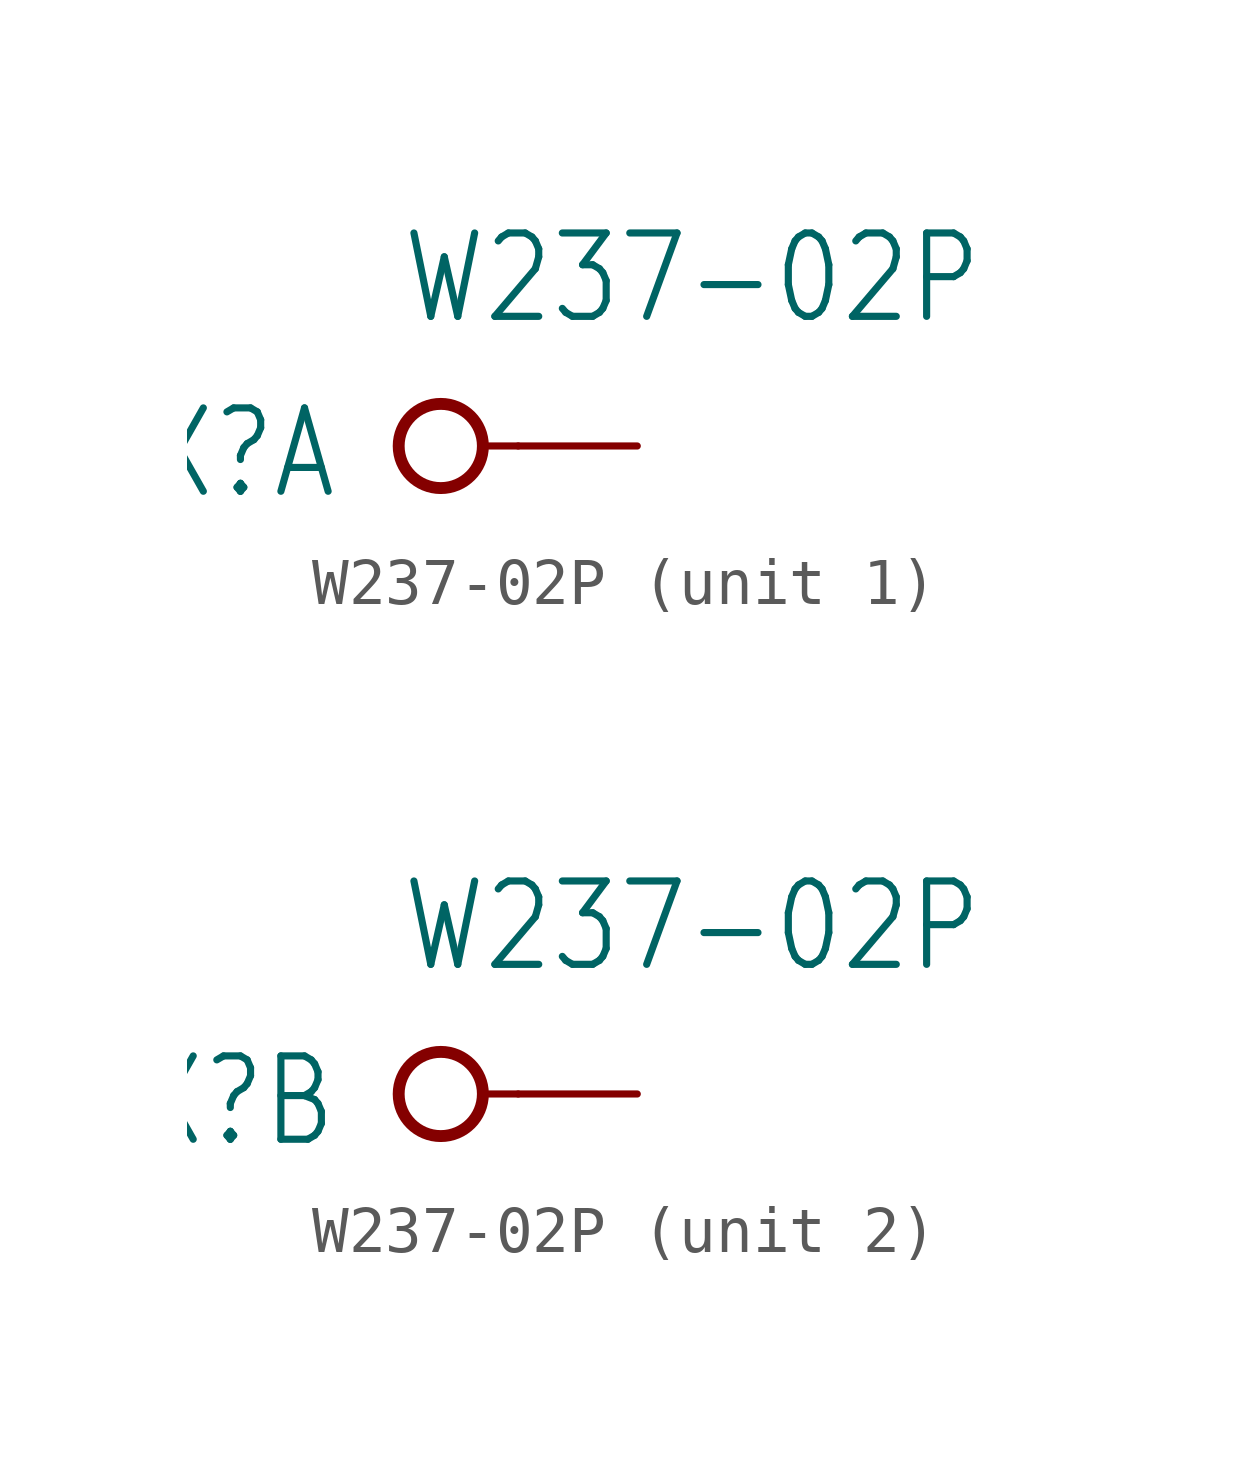
<source format=kicad_sym>
(kicad_symbol_lib
  (version 20211014)
  (generator kicad_symbol_editor)
  (symbol "W237-02P"
    (property "Reference" "X"
      (at -1.27 0.889 0)
      (effects (font (size 1.778 1.511)) (justify right top)))
    (property "Value" "W237-02P"
      (at 0 2.54 0)
      (effects (font (size 1.778 1.511)) (justify left bottom)))
    (property "ki_locked" ""
      (at 0 0 0)
      (effects (font (size 1.27 1.27))))
    (symbol "W237-02P_1_0"
      (polyline (pts (xy 1.778 0) (xy 2.54 0)) (stroke (width 0.152) (type default) (color 0 0 0 0)) (fill (type none)))
      (circle (center 0.889 0) (radius 0.898) (stroke (width 0.254) (type default) (color 0 0 0 0)) (fill (type none)))
      (pin passive line (at 5.08 0 180) (length 2.54) (name "KL" (effects (font (size 0 0)))) (number "1" (effects (font (size 0 0))))))
    (symbol "W237-02P_2_0"
      (polyline (pts (xy 1.778 0) (xy 2.54 0)) (stroke (width 0.152) (type default) (color 0 0 0 0)) (fill (type none)))
      (circle (center 0.889 0) (radius 0.898) (stroke (width 0.254) (type default) (color 0 0 0 0)) (fill (type none)))
      (pin passive line (at 5.08 0 180) (length 2.54) (name "KL" (effects (font (size 0 0)))) (number "2" (effects (font (size 0 0))))))))
</source>
